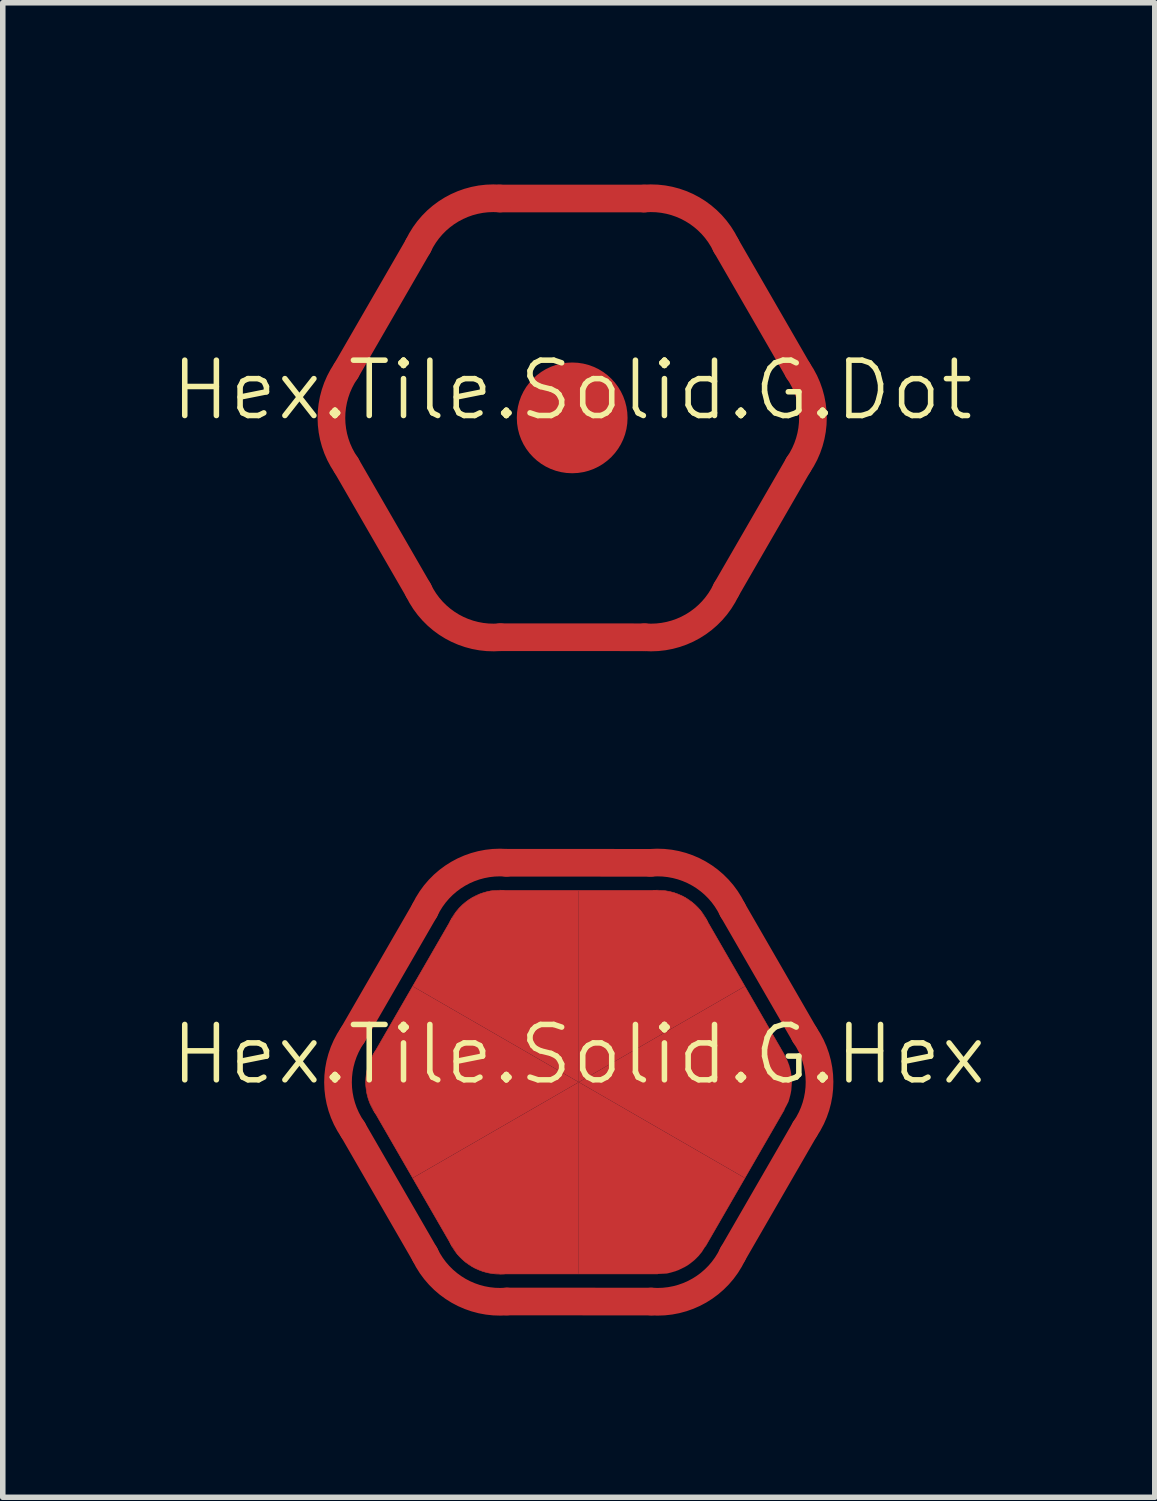
<source format=kicad_pcb>
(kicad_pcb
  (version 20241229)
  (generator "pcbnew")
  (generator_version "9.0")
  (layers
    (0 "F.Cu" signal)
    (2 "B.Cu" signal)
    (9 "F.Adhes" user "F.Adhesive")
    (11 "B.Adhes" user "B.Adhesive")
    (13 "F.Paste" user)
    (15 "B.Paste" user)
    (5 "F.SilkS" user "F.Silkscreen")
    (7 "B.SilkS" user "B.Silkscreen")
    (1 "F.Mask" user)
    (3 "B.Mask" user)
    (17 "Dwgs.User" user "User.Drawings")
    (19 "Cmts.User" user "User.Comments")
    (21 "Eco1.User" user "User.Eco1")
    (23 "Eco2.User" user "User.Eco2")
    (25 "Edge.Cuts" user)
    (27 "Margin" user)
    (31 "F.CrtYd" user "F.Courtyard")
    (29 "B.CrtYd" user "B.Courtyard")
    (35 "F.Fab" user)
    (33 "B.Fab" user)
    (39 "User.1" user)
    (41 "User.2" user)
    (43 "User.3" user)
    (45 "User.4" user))
  (footprint "Hex.Tile.Solid.G.Dot"
    (layer "F.Cu")
    (at 7.288 4.5)
    (property "Reference" "Hex.Tile.Solid.G.Dot" (at 0 -0.5 0) (unlocked yes) (layer "F.SilkS") (effects (font (size 1 1) (thickness 0.1))))
    (fp_line (start -4.086 -0.849) (end -2.782 -3.107) (stroke (width 0.5) (type default)) (layer "F.Cu"))
    (fp_line (start -4.082 0.856) (end -2.779 3.114) (stroke (width 0.5) (type default)) (layer "F.Cu"))
    (fp_line (start -1.308 -3.964) (end 1.299 -3.963) (stroke (width 0.5) (type default)) (layer "F.Cu"))
    (fp_line (start -1.299 3.963) (end 1.308 3.964) (stroke (width 0.5) (type default)) (layer "F.Cu"))
    (fp_line (start 2.782 3.107) (end 4.086 0.849) (stroke (width 0.5) (type default)) (layer "F.Cu"))
    (fp_line (start 4.082 -0.856) (end 2.779 -3.114) (stroke (width 0.5) (type default)) (layer "F.Cu"))
    (fp_arc (start -4.081664 0.856157) (mid -4.349994 0.004252) (end -4.086498 -0.84916) (stroke (width 0.5) (type default)) (layer "F.Cu"))
    (fp_arc (start -2.782285 -3.106746) (mid -2.178679 -3.765078) (end -1.307855 -3.963591) (stroke (width 0.5) (type default)) (layer "F.Cu"))
    (fp_arc (start -1.299378 3.962902) (mid -2.171314 3.769331) (end -2.778643 3.114431) (stroke (width 0.5) (type default)) (layer "F.Cu"))
    (fp_arc (start 1.299378 -3.962902) (mid 2.171314 -3.769331) (end 2.778643 -3.114431) (stroke (width 0.5) (type default)) (layer "F.Cu"))
    (fp_arc (start 2.782285 3.106746) (mid 2.178679 3.765078) (end 1.307855 3.963591) (stroke (width 0.5) (type default)) (layer "F.Cu"))
    (fp_arc (start 4.081664 -0.856157) (mid 4.349994 -0.004252) (end 4.086498 0.84916) (stroke (width 0.5) (type default)) (layer "F.Cu"))
    (fp_circle (center 0 0) (end 1 0) (stroke (width 0.001) (type solid)) (fill yes) (layer "F.Cu"))
    (fp_circle (center 0 0) (end 0.1 0) (stroke (width 0.01) (type default)) (fill no) (layer "User.7"))
    (fp_circle (center 0 0) (end 0.1 0) (stroke (width 0.01) (type default)) (fill no) (layer "User.7"))
    (fp_line (start -4.5 0) (end -2.249 3.897) (stroke (width 0.1) (type default)) (layer "User.8"))
    (fp_line (start -4.25 0) (end -2.124 3.681) (stroke (width 0.1) (type solid)) (layer "User.8"))
    (fp_line (start -4 0) (end -4.5 0) (stroke (width 0.1) (type solid)) (layer "User.8"))
    (fp_line (start -4 0) (end -1.999 3.464) (stroke (width 0.1) (type default)) (layer "User.8"))
    (fp_line (start -2.256 -3.898) (end -4.504 -0.002) (stroke (width 0.1) (type default)) (layer "User.8"))
    (fp_line (start -2.253 -3.896) (end -2.127 -3.679) (stroke (width 0.1) (type solid)) (layer "User.8"))
    (fp_line (start -2.249 3.897) (end 2.256 3.894) (stroke (width 0.1) (type default)) (layer "User.8"))
    (fp_line (start -2.127 -3.679) (end -4.25 0) (stroke (width 0.1) (type solid)) (layer "User.8"))
    (fp_line (start -2.127 -3.679) (end 2.127 -3.68) (stroke (width 0.1) (type solid)) (layer "User.8"))
    (fp_line (start -2.124 3.681) (end 2.129 3.675) (stroke (width 0.1) (type solid)) (layer "User.8"))
    (fp_line (start -2.002 -3.463) (end -4 0) (stroke (width 0.1) (type default)) (layer "User.8"))
    (fp_line (start -2.002 -3.463) (end -2.253 -3.896) (stroke (width 0.1) (type solid)) (layer "User.8"))
    (fp_line (start -1.999 3.464) (end -2.249 3.897) (stroke (width 0.1) (type solid)) (layer "User.8"))
    (fp_line (start -1.999 3.464) (end 2.002 3.457) (stroke (width 0.1) (type default)) (layer "User.8"))
    (fp_line (start 2.002 -3.463) (end -2.002 -3.463) (stroke (width 0.1) (type default)) (layer "User.8"))
    (fp_line (start 2.002 -3.463) (end 2.252 -3.896) (stroke (width 0.1) (type solid)) (layer "User.8"))
    (fp_line (start 2.002 3.457) (end 2.256 3.894) (stroke (width 0.1) (type solid)) (layer "User.8"))
    (fp_line (start 2.002 3.457) (end 4 0) (stroke (width 0.1) (type default)) (layer "User.8"))
    (fp_line (start 2.129 3.675) (end 4.25 0) (stroke (width 0.1) (type solid)) (layer "User.8"))
    (fp_line (start 2.252 -3.896) (end -2.253 -3.896) (stroke (width 0.1) (type default)) (layer "User.8"))
    (fp_line (start 2.256 3.894) (end 4.5 0) (stroke (width 0.1) (type default)) (layer "User.8"))
    (fp_line (start 4 0) (end 2.002 -3.463) (stroke (width 0.1) (type default)) (layer "User.8"))
    (fp_line (start 4 0) (end 4.5 0) (stroke (width 0.1) (type solid)) (layer "User.8"))
    (fp_line (start 4.25 0) (end 2.127 -3.68) (stroke (width 0.1) (type solid)) (layer "User.8"))
    (fp_line (start 4.5 0) (end 2.252 -3.896) (stroke (width 0.1) (type default)) (layer "User.8"))
    (fp_circle (center 0 0) (end 4 0) (stroke (width 0.001) (type default)) (fill no) (layer "User.8"))
    (fp_circle (center 0 0) (end 4.5 0) (stroke (width 0.001) (type default)) (fill no) (layer "User.8"))
    (fp_poly (pts (xy 4.5 0) (xy 2.252 -3.896) (xy -2.253 -3.896) (xy -4.5 0) (xy -2.249 3.897) (xy 2.256 3.894)) (stroke (width 0.1) (type solid)) (fill no) (layer "User.8")))
  (footprint "Hex.Tile.Solid.G.Hex"
    (layer "F.Cu")
    (at 7.407 16.502)
    (property "Reference" "Hex.Tile.Solid.G.Hex" (at 0 -0.5 0) (unlocked yes) (layer "F.SilkS") (effects (font (size 1 1) (thickness 0.1))))
    (fp_line (start -4.086 -0.849) (end -2.782 -3.107) (stroke (width 0.5) (type default)) (layer "F.Cu"))
    (fp_line (start -4.082 0.856) (end -2.779 3.114) (stroke (width 0.5) (type default)) (layer "F.Cu"))
    (fp_line (start -3.713 0.498) (end -2.288 2.967) (stroke (width 0.01) (type default)) (layer "F.Cu"))
    (fp_line (start -2.288 -2.967) (end -3.713 -0.498) (stroke (width 0.01) (type default)) (layer "F.Cu"))
    (fp_line (start -1.425 3.465) (end 1.425 3.465) (stroke (width 0.01) (type default)) (layer "F.Cu"))
    (fp_line (start -1.308 -3.964) (end 1.299 -3.963) (stroke (width 0.5) (type default)) (layer "F.Cu"))
    (fp_line (start -1.299 3.963) (end 1.308 3.964) (stroke (width 0.5) (type default)) (layer "F.Cu"))
    (fp_line (start 1.425 -3.465) (end -1.425 -3.465) (stroke (width 0.01) (type default)) (layer "F.Cu"))
    (fp_line (start 2.288 2.967) (end 3.713 0.498) (stroke (width 0.01) (type default)) (layer "F.Cu"))
    (fp_line (start 2.782 3.107) (end 4.086 0.849) (stroke (width 0.5) (type default)) (layer "F.Cu"))
    (fp_line (start 3.713 -0.498) (end 2.288 -2.967) (stroke (width 0.01) (type default)) (layer "F.Cu"))
    (fp_line (start 4.082 -0.856) (end 2.779 -3.114) (stroke (width 0.5) (type default)) (layer "F.Cu"))
    (fp_arc (start -4.081664 0.856157) (mid -4.349994 0.004252) (end -4.086498 -0.84916) (stroke (width 0.5) (type default)) (layer "F.Cu"))
    (fp_arc (start -3.85 0) (mid -3.805074 -0.296368) (end -3.674332 -0.566107) (stroke (width 0.01) (type default)) (layer "F.Cu"))
    (fp_arc (start -3.671109 0.570771) (mid -3.80423 0.299074) (end -3.85 0) (stroke (width 0.01) (type default)) (layer "F.Cu"))
    (fp_arc (start -2.782285 -3.106746) (mid -2.178679 -3.765078) (end -1.307855 -3.963591) (stroke (width 0.5) (type default)) (layer "F.Cu"))
    (fp_arc (start -2.329857 -2.893888) (mid -2.161121 -3.145022) (end -1.925 -3.334197) (stroke (width 0.01) (type default)) (layer "F.Cu"))
    (fp_arc (start -1.925 -3.334197) (mid -1.645875 -3.443474) (end -1.346903 -3.465118) (stroke (width 0.01) (type default)) (layer "F.Cu"))
    (fp_arc (start -1.925 3.334197) (mid -2.159199 3.147106) (end -2.327429 2.899011) (stroke (width 0.01) (type default)) (layer "F.Cu"))
    (fp_arc (start -1.341252 3.464659) (mid -1.643109 3.444096) (end -1.925 3.334197) (stroke (width 0.01) (type default)) (layer "F.Cu"))
    (fp_arc (start -1.299378 3.962902) (mid -2.171314 3.769331) (end -2.778643 3.114431) (stroke (width 0.5) (type default)) (layer "F.Cu"))
    (fp_arc (start 1.299378 -3.962902) (mid 2.171314 -3.769331) (end 2.778643 -3.114431) (stroke (width 0.5) (type default)) (layer "F.Cu"))
    (fp_arc (start 1.341252 -3.464659) (mid 1.643109 -3.444096) (end 1.925 -3.334197) (stroke (width 0.01) (type default)) (layer "F.Cu"))
    (fp_arc (start 1.925 -3.334197) (mid 2.159199 -3.147106) (end 2.327429 -2.899011) (stroke (width 0.01) (type default)) (layer "F.Cu"))
    (fp_arc (start 2.782285 3.106746) (mid 2.178679 3.765078) (end 1.307855 3.963591) (stroke (width 0.5) (type default)) (layer "F.Cu"))
    (fp_arc (start 4.081664 -0.856157) (mid 4.349994 -0.004252) (end 4.086498 0.84916) (stroke (width 0.5) (type default)) (layer "F.Cu"))
    (fp_poly (pts (xy 0 0) (xy -3.001 -1.732) (xy -2.288 -2.967) (xy -2.223 -3.07) (xy -2.161 -3.145) (xy -2.088 -3.217) (xy -2.033 -3.261) (xy -1.968 -3.309) (xy -1.916 -3.339) (xy -1.799 -3.396) (xy -1.742 -3.417) (xy -1.663 -3.44) (xy -1.592 -3.457) (xy -1.525 -3.461) (xy -1.425 -3.465) (xy 0 -3.465)) (stroke (width 0.001) (type solid)) (fill yes) (layer "F.Cu"))
    (fp_poly (pts (xy 0 0) (xy -3.001 1.732) (xy -3.713 0.498) (xy -3.77 0.39) (xy -3.804 0.299) (xy -3.83 0.2) (xy -3.84 0.13) (xy -3.85 0.05) (xy -3.85 -0.01) (xy -3.84 -0.14) (xy -3.83 -0.2) (xy -3.81 -0.28) (xy -3.79 -0.35) (xy -3.76 -0.41) (xy -3.713 -0.498) (xy -3.001 -1.732)) (stroke (width 0.001) (type solid)) (fill yes) (layer "F.Cu"))
    (fp_poly (pts (xy 0 0) (xy 0 -3.465) (xy 1.425 -3.465) (xy 1.547 -3.46) (xy 1.643 -3.444) (xy 1.742 -3.417) (xy 1.807 -3.391) (xy 1.882 -3.359) (xy 1.934 -3.329) (xy 2.041 -3.256) (xy 2.088 -3.217) (xy 2.147 -3.16) (xy 2.198 -3.107) (xy 2.235 -3.051) (xy 2.288 -2.967) (xy 3.001 -1.732)) (stroke (width 0.001) (type solid)) (fill yes) (layer "F.Cu"))
    (fp_poly (pts (xy 0 0) (xy 0 3.465) (xy -1.425 3.465) (xy -1.547 3.46) (xy -1.643 3.444) (xy -1.742 3.417) (xy -1.807 3.391) (xy -1.882 3.359) (xy -1.934 3.329) (xy -2.041 3.256) (xy -2.088 3.217) (xy -2.147 3.16) (xy -2.198 3.107) (xy -2.235 3.051) (xy -2.288 2.967) (xy -3.001 1.732)) (stroke (width 0.001) (type solid)) (fill yes) (layer "F.Cu"))
    (fp_poly (pts (xy 0 0) (xy 3.001 -1.732) (xy 3.713 -0.498) (xy 3.77 -0.39) (xy 3.804 -0.299) (xy 3.83 -0.2) (xy 3.84 -0.13) (xy 3.85 -0.05) (xy 3.85 0.01) (xy 3.84 0.14) (xy 3.83 0.2) (xy 3.81 0.28) (xy 3.79 0.35) (xy 3.76 0.41) (xy 3.713 0.498) (xy 3.001 1.732)) (stroke (width 0.001) (type solid)) (fill yes) (layer "F.Cu"))
    (fp_poly (pts (xy 0 0) (xy 3.001 1.732) (xy 2.288 2.967) (xy 2.223 3.07) (xy 2.161 3.145) (xy 2.088 3.217) (xy 2.033 3.261) (xy 1.968 3.309) (xy 1.916 3.339) (xy 1.799 3.396) (xy 1.742 3.417) (xy 1.663 3.44) (xy 1.592 3.457) (xy 1.525 3.461) (xy 1.425 3.465) (xy 0 3.465)) (stroke (width 0.001) (type solid)) (fill yes) (layer "F.Cu"))
    (fp_line (start -2.85 0) (end -4.086 -0.849) (stroke (width 0.01) (type default)) (layer "User.7"))
    (fp_line (start -2.85 0) (end -4.082 0.856) (stroke (width 0.01) (type default)) (layer "User.7"))
    (fp_line (start -1.425 -2.468) (end -2.782 -3.107) (stroke (width 0.01) (type default)) (layer "User.7"))
    (fp_line (start -1.425 -2.468) (end -1.308 -3.964) (stroke (width 0.01) (type default)) (layer "User.7"))
    (fp_line (start -1.425 2.468) (end -2.779 3.114) (stroke (width 0.01) (type default)) (layer "User.7"))
    (fp_line (start -1.425 2.468) (end -1.299 3.963) (stroke (width 0.01) (type default)) (layer "User.7"))
    (fp_line (start 0 0) (end 0 2.85) (stroke (width 0.01) (type default)) (layer "User.7"))
    (fp_line (start 0 0) (end 1.925 3.334) (stroke (width 0.01) (type default)) (layer "User.7"))
    (fp_line (start 0 0) (end 2.85 0) (stroke (width 0.01) (type default)) (layer "User.7"))
    (fp_line (start 0 0) (end 3.85 0) (stroke (width 0.01) (type default)) (layer "User.7"))
    (fp_line (start 0 0) (end 4.35 0) (stroke (width 0.001) (type default)) (layer "User.7"))
    (fp_line (start 0 3.465) (end 0 -3.465) (stroke (width 0.01) (type default)) (layer "User.7"))
    (fp_line (start 1.425 -2.468) (end 1.299 -3.963) (stroke (width 0.01) (type default)) (layer "User.7"))
    (fp_line (start 1.425 -2.468) (end 2.779 -3.114) (stroke (width 0.01) (type default)) (layer "User.7"))
    (fp_line (start 1.425 2.468) (end 1.308 3.964) (stroke (width 0.01) (type default)) (layer "User.7"))
    (fp_line (start 1.425 2.468) (end 2.782 3.107) (stroke (width 0.01) (type default)) (layer "User.7"))
    (fp_line (start 2.85 0) (end 4.082 -0.856) (stroke (width 0.01) (type default)) (layer "User.7"))
    (fp_line (start 2.85 0) (end 4.086 0.849) (stroke (width 0.01) (type default)) (layer "User.7"))
    (fp_arc (start 1.925 3.334197) (mid 1.645875 3.443475) (end 1.346903 3.465118) (stroke (width 0.01) (type default)) (layer "User.7"))
    (fp_arc (start 2.329857 2.893888) (mid 2.161121 3.145022) (end 1.925 3.334197) (stroke (width 0.01) (type default)) (layer "User.7"))
    (fp_arc (start 3.671109 -0.570771) (mid 3.80423 -0.299074) (end 3.85 0) (stroke (width 0.01) (type default)) (layer "User.7"))
    (fp_arc (start 3.85 0) (mid 3.805074 0.296368) (end 3.674332 0.566107) (stroke (width 0.01) (type default)) (layer "User.7"))
    (fp_arc (start 3.879177 -0.709433) (mid 4.1 -0.001091) (end 3.880414 0.707635) (stroke (width 0.01) (type default)) (layer "User.7"))
    (fp_circle (center -3.001 -1.732) (end -3.021 -1.687) (stroke (width 0.01) (type default)) (fill no) (layer "User.7"))
    (fp_circle (center -3.001 1.732) (end -2.971 1.773) (stroke (width 0.01) (type default)) (fill no) (layer "User.7"))
    (fp_circle (center 0 -3.465) (end -0.05 -3.46) (stroke (width 0.01) (type default)) (fill no) (layer "User.7"))
    (fp_circle (center 0 0) (end 0.1 0) (stroke (width 0.01) (type default)) (fill no) (layer "User.7"))
    (fp_circle (center 0 3.465) (end 0.05 3.46) (stroke (width 0.01) (type default)) (fill no) (layer "User.7"))
    (fp_circle (center 2.85 0) (end 2.95 -0.01) (stroke (width 0.01) (type default)) (fill no) (layer "User.7"))
    (fp_circle (center 3.001 -1.732) (end 2.971 -1.773) (stroke (width 0.01) (type default)) (fill no) (layer "User.7"))
    (fp_circle (center 3.001 1.732) (end 3.021 1.687) (stroke (width 0.01) (type default)) (fill no) (layer "User.7"))
    (fp_circle (center 3.671 -0.571) (end 3.921 -0.571) (stroke (width 0.01) (type default)) (fill no) (layer "User.7"))
    (fp_circle (center 3.674 0.566) (end 3.924 0.566) (stroke (width 0.01) (type default)) (fill no) (layer "User.7"))
    (fp_circle (center 4.082 -0.856) (end 4.332 -0.856) (stroke (width 0.01) (type default)) (fill no) (layer "User.7"))
    (fp_circle (center 4.086 0.849) (end 4.336 0.849) (stroke (width 0.01) (type default)) (fill no) (layer "User.7"))
    (fp_line (start -4.5 0) (end -2.249 3.897) (stroke (width 0.1) (type default)) (layer "User.8"))
    (fp_line (start -4.25 0) (end -2.124 3.681) (stroke (width 0.1) (type solid)) (layer "User.8"))
    (fp_line (start -4 0) (end -4.5 0) (stroke (width 0.1) (type solid)) (layer "User.8"))
    (fp_line (start -4 0) (end -1.999 3.464) (stroke (width 0.1) (type default)) (layer "User.8"))
    (fp_line (start -2.256 -3.898) (end -4.504 -0.002) (stroke (width 0.1) (type default)) (layer "User.8"))
    (fp_line (start -2.253 -3.896) (end -2.127 -3.679) (stroke (width 0.1) (type solid)) (layer "User.8"))
    (fp_line (start -2.249 3.897) (end 2.256 3.894) (stroke (width 0.1) (type default)) (layer "User.8"))
    (fp_line (start -2.127 -3.679) (end -4.25 0) (stroke (width 0.1) (type solid)) (layer "User.8"))
    (fp_line (start -2.127 -3.679) (end 2.127 -3.68) (stroke (width 0.1) (type solid)) (layer "User.8"))
    (fp_line (start -2.124 3.681) (end 2.129 3.675) (stroke (width 0.1) (type solid)) (layer "User.8"))
    (fp_line (start -2.002 -3.463) (end -4 0) (stroke (width 0.1) (type default)) (layer "User.8"))
    (fp_line (start -2.002 -3.463) (end -2.253 -3.896) (stroke (width 0.1) (type solid)) (layer "User.8"))
    (fp_line (start -1.999 3.464) (end -2.249 3.897) (stroke (width 0.1) (type solid)) (layer "User.8"))
    (fp_line (start -1.999 3.464) (end 2.002 3.457) (stroke (width 0.1) (type default)) (layer "User.8"))
    (fp_line (start 2.002 -3.463) (end -2.002 -3.463) (stroke (width 0.1) (type default)) (layer "User.8"))
    (fp_line (start 2.002 -3.463) (end 2.252 -3.896) (stroke (width 0.1) (type solid)) (layer "User.8"))
    (fp_line (start 2.002 3.457) (end 2.256 3.894) (stroke (width 0.1) (type solid)) (layer "User.8"))
    (fp_line (start 2.002 3.457) (end 4 0) (stroke (width 0.1) (type default)) (layer "User.8"))
    (fp_line (start 2.129 3.675) (end 4.25 0) (stroke (width 0.1) (type solid)) (layer "User.8"))
    (fp_line (start 2.252 -3.896) (end -2.253 -3.896) (stroke (width 0.1) (type default)) (layer "User.8"))
    (fp_line (start 2.256 3.894) (end 4.5 0) (stroke (width 0.1) (type default)) (layer "User.8"))
    (fp_line (start 4 0) (end 2.002 -3.463) (stroke (width 0.1) (type default)) (layer "User.8"))
    (fp_line (start 4 0) (end 4.5 0) (stroke (width 0.1) (type solid)) (layer "User.8"))
    (fp_line (start 4.25 0) (end 2.127 -3.68) (stroke (width 0.1) (type solid)) (layer "User.8"))
    (fp_line (start 4.5 0) (end 2.252 -3.896) (stroke (width 0.1) (type default)) (layer "User.8"))
    (fp_circle (center 0 0) (end 4 0) (stroke (width 0.001) (type default)) (fill no) (layer "User.8"))
    (fp_circle (center 0 0) (end 4.5 0) (stroke (width 0.001) (type default)) (fill no) (layer "User.8"))
    (fp_poly (pts (xy 4.5 0) (xy 2.252 -3.896) (xy -2.253 -3.896) (xy -4.5 0) (xy -2.249 3.897) (xy 2.256 3.894)) (stroke (width 0.1) (type solid)) (fill no) (layer "User.8")))
  (gr_rect
    (start -3 -3)
    (end 17.814 24.002)
    (stroke (width 0.1) (type default))
    (fill no)
    (layer "Edge.Cuts")))
</source>
